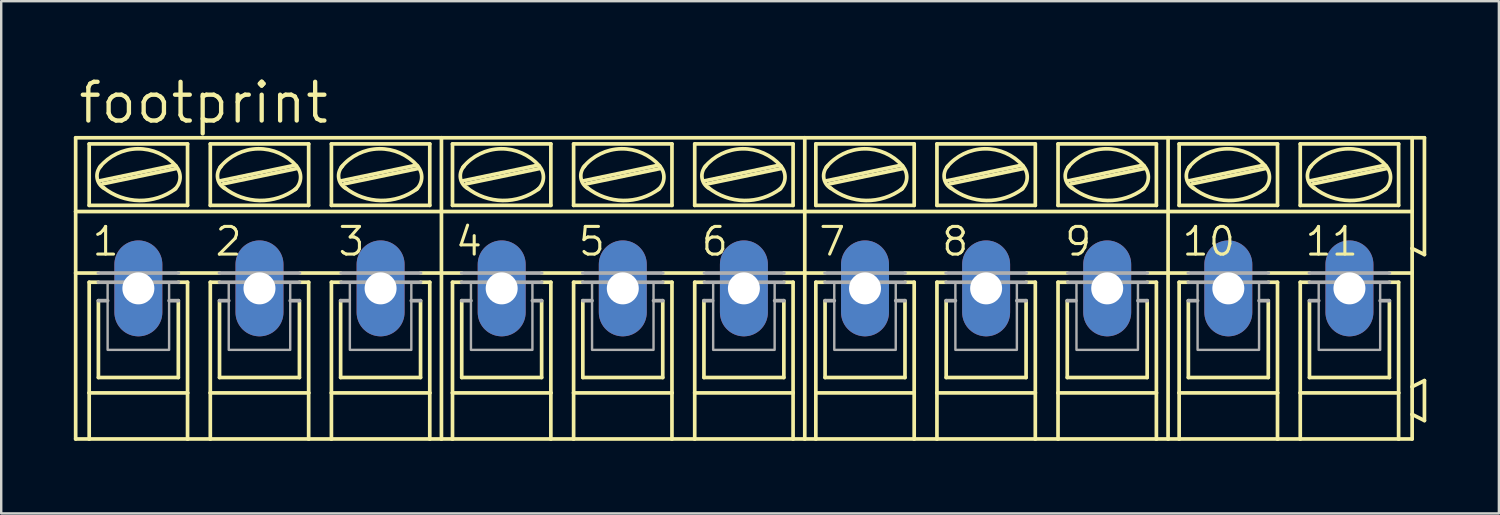
<source format=kicad_pcb>
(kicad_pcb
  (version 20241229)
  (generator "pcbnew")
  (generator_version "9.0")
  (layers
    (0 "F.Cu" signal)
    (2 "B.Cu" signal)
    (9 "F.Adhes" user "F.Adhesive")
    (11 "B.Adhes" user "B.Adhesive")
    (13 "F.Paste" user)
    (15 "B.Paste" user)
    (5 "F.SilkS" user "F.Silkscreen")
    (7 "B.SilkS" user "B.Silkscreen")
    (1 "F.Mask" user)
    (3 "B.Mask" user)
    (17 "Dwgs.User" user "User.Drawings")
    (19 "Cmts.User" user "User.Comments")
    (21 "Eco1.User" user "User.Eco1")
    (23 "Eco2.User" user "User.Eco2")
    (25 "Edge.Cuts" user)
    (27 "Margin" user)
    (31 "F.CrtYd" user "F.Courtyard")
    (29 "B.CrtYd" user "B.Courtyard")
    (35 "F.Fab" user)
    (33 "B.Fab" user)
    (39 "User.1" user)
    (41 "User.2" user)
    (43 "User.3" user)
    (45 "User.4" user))
  (footprint "footprint"
    (layer "F.Cu")
    (at 27.686 8.865)
    (property "Reference" "footprint" (at -27.584 -6.731 0) (layer "F.SilkS") (effects (font (size 1.6 1.6) (thickness 0.178)) (justify left bottom)))
    (fp_line (start -27.61 -3.175) (end -27.61 -6.223) (stroke (width 0.152) (type solid)) (layer "F.SilkS"))
    (fp_line (start -27.61 -3.175) (end -12.497 -3.175) (stroke (width 0.152) (type solid)) (layer "F.SilkS"))
    (fp_line (start -27.61 -0.635) (end -27.61 -3.175) (stroke (width 0.152) (type solid)) (layer "F.SilkS"))
    (fp_line (start -27.61 -0.635) (end -26.67 -0.635) (stroke (width 0.152) (type solid)) (layer "F.SilkS"))
    (fp_line (start -27.61 6.223) (end -27.61 -0.635) (stroke (width 0.152) (type solid)) (layer "F.SilkS"))
    (fp_line (start -27.61 6.223) (end -27.051 6.223) (stroke (width 0.152) (type solid)) (layer "F.SilkS"))
    (fp_line (start -27.051 -3.429) (end -27.051 -5.969) (stroke (width 0.152) (type solid)) (layer "F.SilkS"))
    (fp_line (start -27.051 -0.254) (end -27.051 4.318) (stroke (width 0.152) (type solid)) (layer "F.SilkS"))
    (fp_line (start -27.051 -0.254) (end -26.67 -0.254) (stroke (width 0.152) (type solid)) (layer "F.SilkS"))
    (fp_line (start -27.051 4.318) (end -27.051 6.223) (stroke (width 0.152) (type solid)) (layer "F.SilkS"))
    (fp_line (start -27.051 6.223) (end -22.987 6.223) (stroke (width 0.152) (type solid)) (layer "F.SilkS"))
    (fp_line (start -26.67 3.683) (end -26.67 0.508) (stroke (width 0.152) (type solid)) (layer "F.SilkS"))
    (fp_line (start -26.619 -4.445) (end -23.571 -5.08) (stroke (width 0.152) (type solid)) (layer "F.SilkS"))
    (fp_line (start -26.492 -4.318) (end -23.444 -4.953) (stroke (width 0.152) (type solid)) (layer "F.SilkS"))
    (fp_line (start -23.368 -0.635) (end -21.666 -0.635) (stroke (width 0.152) (type solid)) (layer "F.SilkS"))
    (fp_line (start -23.368 3.683) (end -26.67 3.683) (stroke (width 0.152) (type solid)) (layer "F.SilkS"))
    (fp_line (start -23.368 3.683) (end -23.368 0.508) (stroke (width 0.152) (type solid)) (layer "F.SilkS"))
    (fp_line (start -22.987 -5.969) (end -27.051 -5.969) (stroke (width 0.152) (type solid)) (layer "F.SilkS"))
    (fp_line (start -22.987 -3.429) (end -27.051 -3.429) (stroke (width 0.152) (type solid)) (layer "F.SilkS"))
    (fp_line (start -22.987 -3.429) (end -22.987 -5.969) (stroke (width 0.152) (type solid)) (layer "F.SilkS"))
    (fp_line (start -22.987 -0.254) (end -23.368 -0.254) (stroke (width 0.152) (type solid)) (layer "F.SilkS"))
    (fp_line (start -22.987 4.318) (end -27.051 4.318) (stroke (width 0.152) (type solid)) (layer "F.SilkS"))
    (fp_line (start -22.987 4.318) (end -22.987 -0.254) (stroke (width 0.152) (type solid)) (layer "F.SilkS"))
    (fp_line (start -22.987 6.223) (end -22.987 4.318) (stroke (width 0.152) (type solid)) (layer "F.SilkS"))
    (fp_line (start -22.987 6.223) (end -22.047 6.223) (stroke (width 0.152) (type solid)) (layer "F.SilkS"))
    (fp_line (start -22.047 -5.969) (end -17.983 -5.969) (stroke (width 0.152) (type solid)) (layer "F.SilkS"))
    (fp_line (start -22.047 -3.429) (end -22.047 -5.969) (stroke (width 0.152) (type solid)) (layer "F.SilkS"))
    (fp_line (start -22.047 -0.254) (end -21.666 -0.254) (stroke (width 0.152) (type solid)) (layer "F.SilkS"))
    (fp_line (start -22.047 4.318) (end -22.047 -0.254) (stroke (width 0.152) (type solid)) (layer "F.SilkS"))
    (fp_line (start -22.047 4.318) (end -17.983 4.318) (stroke (width 0.152) (type solid)) (layer "F.SilkS"))
    (fp_line (start -22.047 6.223) (end -22.047 4.318) (stroke (width 0.152) (type solid)) (layer "F.SilkS"))
    (fp_line (start -22.047 6.223) (end -17.983 6.223) (stroke (width 0.152) (type solid)) (layer "F.SilkS"))
    (fp_line (start -21.666 3.683) (end -21.666 0.508) (stroke (width 0.152) (type solid)) (layer "F.SilkS"))
    (fp_line (start -21.641 -4.445) (end -18.593 -5.08) (stroke (width 0.152) (type solid)) (layer "F.SilkS"))
    (fp_line (start -21.514 -4.318) (end -18.466 -4.953) (stroke (width 0.152) (type solid)) (layer "F.SilkS"))
    (fp_line (start -18.364 3.683) (end -21.666 3.683) (stroke (width 0.152) (type solid)) (layer "F.SilkS"))
    (fp_line (start -18.364 3.683) (end -18.364 0.508) (stroke (width 0.152) (type solid)) (layer "F.SilkS"))
    (fp_line (start -18.339 -0.635) (end -16.662 -0.635) (stroke (width 0.152) (type solid)) (layer "F.SilkS"))
    (fp_line (start -17.983 -5.969) (end -17.983 -3.429) (stroke (width 0.152) (type solid)) (layer "F.SilkS"))
    (fp_line (start -17.983 -3.429) (end -22.047 -3.429) (stroke (width 0.152) (type solid)) (layer "F.SilkS"))
    (fp_line (start -17.983 -0.254) (end -18.364 -0.254) (stroke (width 0.152) (type solid)) (layer "F.SilkS"))
    (fp_line (start -17.983 -0.254) (end -17.983 4.318) (stroke (width 0.152) (type solid)) (layer "F.SilkS"))
    (fp_line (start -17.983 4.318) (end -17.983 6.223) (stroke (width 0.152) (type solid)) (layer "F.SilkS"))
    (fp_line (start -17.983 6.223) (end -17.043 6.223) (stroke (width 0.152) (type solid)) (layer "F.SilkS"))
    (fp_line (start -17.043 -5.969) (end -12.979 -5.969) (stroke (width 0.152) (type solid)) (layer "F.SilkS"))
    (fp_line (start -17.043 -3.429) (end -17.043 -5.969) (stroke (width 0.152) (type solid)) (layer "F.SilkS"))
    (fp_line (start -17.043 -0.254) (end -16.637 -0.254) (stroke (width 0.152) (type solid)) (layer "F.SilkS"))
    (fp_line (start -17.043 4.318) (end -17.043 -0.254) (stroke (width 0.152) (type solid)) (layer "F.SilkS"))
    (fp_line (start -17.043 4.318) (end -12.979 4.318) (stroke (width 0.152) (type solid)) (layer "F.SilkS"))
    (fp_line (start -17.043 6.223) (end -17.043 4.318) (stroke (width 0.152) (type solid)) (layer "F.SilkS"))
    (fp_line (start -17.043 6.223) (end -12.979 6.223) (stroke (width 0.152) (type solid)) (layer "F.SilkS"))
    (fp_line (start -16.662 3.683) (end -16.662 0.508) (stroke (width 0.152) (type solid)) (layer "F.SilkS"))
    (fp_line (start -16.637 -4.445) (end -13.589 -5.08) (stroke (width 0.152) (type solid)) (layer "F.SilkS"))
    (fp_line (start -16.51 -4.318) (end -13.462 -4.953) (stroke (width 0.152) (type solid)) (layer "F.SilkS"))
    (fp_line (start -13.36 3.683) (end -16.662 3.683) (stroke (width 0.152) (type solid)) (layer "F.SilkS"))
    (fp_line (start -13.36 3.683) (end -13.36 0.508) (stroke (width 0.152) (type solid)) (layer "F.SilkS"))
    (fp_line (start -12.979 -5.969) (end -12.979 -3.429) (stroke (width 0.152) (type solid)) (layer "F.SilkS"))
    (fp_line (start -12.979 -3.429) (end -17.043 -3.429) (stroke (width 0.152) (type solid)) (layer "F.SilkS"))
    (fp_line (start -12.979 -0.254) (end -13.36 -0.254) (stroke (width 0.152) (type solid)) (layer "F.SilkS"))
    (fp_line (start -12.979 -0.254) (end -12.979 4.318) (stroke (width 0.152) (type solid)) (layer "F.SilkS"))
    (fp_line (start -12.979 4.318) (end -12.979 6.223) (stroke (width 0.152) (type solid)) (layer "F.SilkS"))
    (fp_line (start -12.979 6.223) (end -12.497 6.223) (stroke (width 0.152) (type solid)) (layer "F.SilkS"))
    (fp_line (start -12.497 -6.223) (end -27.61 -6.223) (stroke (width 0.152) (type solid)) (layer "F.SilkS"))
    (fp_line (start -12.497 -3.175) (end -12.497 -6.223) (stroke (width 0.152) (type solid)) (layer "F.SilkS"))
    (fp_line (start -12.497 -3.175) (end 2.515 -3.175) (stroke (width 0.152) (type solid)) (layer "F.SilkS"))
    (fp_line (start -12.497 -0.635) (end -13.36 -0.635) (stroke (width 0.152) (type solid)) (layer "F.SilkS"))
    (fp_line (start -12.497 -0.635) (end -12.497 -3.175) (stroke (width 0.152) (type solid)) (layer "F.SilkS"))
    (fp_line (start -12.497 -0.635) (end -11.659 -0.635) (stroke (width 0.152) (type solid)) (layer "F.SilkS"))
    (fp_line (start -12.497 6.223) (end -12.497 -0.635) (stroke (width 0.152) (type solid)) (layer "F.SilkS"))
    (fp_line (start -12.497 6.223) (end -12.04 6.223) (stroke (width 0.152) (type solid)) (layer "F.SilkS"))
    (fp_line (start -12.04 -3.429) (end -12.04 -5.969) (stroke (width 0.152) (type solid)) (layer "F.SilkS"))
    (fp_line (start -12.04 -0.254) (end -12.04 4.318) (stroke (width 0.152) (type solid)) (layer "F.SilkS"))
    (fp_line (start -12.04 -0.254) (end -11.659 -0.254) (stroke (width 0.152) (type solid)) (layer "F.SilkS"))
    (fp_line (start -12.04 4.318) (end -12.04 6.223) (stroke (width 0.152) (type solid)) (layer "F.SilkS"))
    (fp_line (start -12.04 6.223) (end -7.976 6.223) (stroke (width 0.152) (type solid)) (layer "F.SilkS"))
    (fp_line (start -11.659 3.683) (end -11.659 0.508) (stroke (width 0.152) (type solid)) (layer "F.SilkS"))
    (fp_line (start -11.608 -4.445) (end -8.56 -5.08) (stroke (width 0.152) (type solid)) (layer "F.SilkS"))
    (fp_line (start -11.481 -4.318) (end -8.433 -4.953) (stroke (width 0.152) (type solid)) (layer "F.SilkS"))
    (fp_line (start -8.357 -0.635) (end -6.655 -0.635) (stroke (width 0.152) (type solid)) (layer "F.SilkS"))
    (fp_line (start -8.357 3.683) (end -11.659 3.683) (stroke (width 0.152) (type solid)) (layer "F.SilkS"))
    (fp_line (start -8.357 3.683) (end -8.357 0.508) (stroke (width 0.152) (type solid)) (layer "F.SilkS"))
    (fp_line (start -7.976 -5.969) (end -12.04 -5.969) (stroke (width 0.152) (type solid)) (layer "F.SilkS"))
    (fp_line (start -7.976 -3.429) (end -12.04 -3.429) (stroke (width 0.152) (type solid)) (layer "F.SilkS"))
    (fp_line (start -7.976 -3.429) (end -7.976 -5.969) (stroke (width 0.152) (type solid)) (layer "F.SilkS"))
    (fp_line (start -7.976 -0.254) (end -8.357 -0.254) (stroke (width 0.152) (type solid)) (layer "F.SilkS"))
    (fp_line (start -7.976 4.318) (end -12.04 4.318) (stroke (width 0.152) (type solid)) (layer "F.SilkS"))
    (fp_line (start -7.976 4.318) (end -7.976 -0.254) (stroke (width 0.152) (type solid)) (layer "F.SilkS"))
    (fp_line (start -7.976 6.223) (end -7.976 4.318) (stroke (width 0.152) (type solid)) (layer "F.SilkS"))
    (fp_line (start -7.976 6.223) (end -7.036 6.223) (stroke (width 0.152) (type solid)) (layer "F.SilkS"))
    (fp_line (start -7.036 -5.969) (end -2.972 -5.969) (stroke (width 0.152) (type solid)) (layer "F.SilkS"))
    (fp_line (start -7.036 -3.429) (end -7.036 -5.969) (stroke (width 0.152) (type solid)) (layer "F.SilkS"))
    (fp_line (start -7.036 -0.254) (end -6.655 -0.254) (stroke (width 0.152) (type solid)) (layer "F.SilkS"))
    (fp_line (start -7.036 4.318) (end -7.036 -0.254) (stroke (width 0.152) (type solid)) (layer "F.SilkS"))
    (fp_line (start -7.036 4.318) (end -2.972 4.318) (stroke (width 0.152) (type solid)) (layer "F.SilkS"))
    (fp_line (start -7.036 6.223) (end -7.036 4.318) (stroke (width 0.152) (type solid)) (layer "F.SilkS"))
    (fp_line (start -7.036 6.223) (end -2.972 6.223) (stroke (width 0.152) (type solid)) (layer "F.SilkS"))
    (fp_line (start -6.655 3.683) (end -6.655 0.508) (stroke (width 0.152) (type solid)) (layer "F.SilkS"))
    (fp_line (start -6.629 -4.445) (end -3.581 -5.08) (stroke (width 0.152) (type solid)) (layer "F.SilkS"))
    (fp_line (start -6.502 -4.318) (end -3.454 -4.953) (stroke (width 0.152) (type solid)) (layer "F.SilkS"))
    (fp_line (start -3.353 3.683) (end -6.655 3.683) (stroke (width 0.152) (type solid)) (layer "F.SilkS"))
    (fp_line (start -3.353 3.683) (end -3.353 0.508) (stroke (width 0.152) (type solid)) (layer "F.SilkS"))
    (fp_line (start -3.327 -0.635) (end -1.651 -0.635) (stroke (width 0.152) (type solid)) (layer "F.SilkS"))
    (fp_line (start -2.972 -5.969) (end -2.972 -3.429) (stroke (width 0.152) (type solid)) (layer "F.SilkS"))
    (fp_line (start -2.972 -3.429) (end -7.036 -3.429) (stroke (width 0.152) (type solid)) (layer "F.SilkS"))
    (fp_line (start -2.972 -0.254) (end -3.353 -0.254) (stroke (width 0.152) (type solid)) (layer "F.SilkS"))
    (fp_line (start -2.972 -0.254) (end -2.972 4.318) (stroke (width 0.152) (type solid)) (layer "F.SilkS"))
    (fp_line (start -2.972 4.318) (end -2.972 6.223) (stroke (width 0.152) (type solid)) (layer "F.SilkS"))
    (fp_line (start -2.972 6.223) (end -2.032 6.223) (stroke (width 0.152) (type solid)) (layer "F.SilkS"))
    (fp_line (start -2.032 -5.969) (end 2.032 -5.969) (stroke (width 0.152) (type solid)) (layer "F.SilkS"))
    (fp_line (start -2.032 -3.429) (end -2.032 -5.969) (stroke (width 0.152) (type solid)) (layer "F.SilkS"))
    (fp_line (start -2.032 -0.254) (end -1.626 -0.254) (stroke (width 0.152) (type solid)) (layer "F.SilkS"))
    (fp_line (start -2.032 4.318) (end -2.032 -0.254) (stroke (width 0.152) (type solid)) (layer "F.SilkS"))
    (fp_line (start -2.032 4.318) (end 2.032 4.318) (stroke (width 0.152) (type solid)) (layer "F.SilkS"))
    (fp_line (start -2.032 6.223) (end -2.032 4.318) (stroke (width 0.152) (type solid)) (layer "F.SilkS"))
    (fp_line (start -2.032 6.223) (end 2.032 6.223) (stroke (width 0.152) (type solid)) (layer "F.SilkS"))
    (fp_line (start -1.651 3.683) (end -1.651 0.508) (stroke (width 0.152) (type solid)) (layer "F.SilkS"))
    (fp_line (start -1.626 -4.445) (end 1.422 -5.08) (stroke (width 0.152) (type solid)) (layer "F.SilkS"))
    (fp_line (start -1.499 -4.318) (end 1.549 -4.953) (stroke (width 0.152) (type solid)) (layer "F.SilkS"))
    (fp_line (start 1.651 3.683) (end -1.651 3.683) (stroke (width 0.152) (type solid)) (layer "F.SilkS"))
    (fp_line (start 1.651 3.683) (end 1.651 0.508) (stroke (width 0.152) (type solid)) (layer "F.SilkS"))
    (fp_line (start 2.032 -5.969) (end 2.032 -3.429) (stroke (width 0.152) (type solid)) (layer "F.SilkS"))
    (fp_line (start 2.032 -3.429) (end -2.032 -3.429) (stroke (width 0.152) (type solid)) (layer "F.SilkS"))
    (fp_line (start 2.032 -0.254) (end 1.651 -0.254) (stroke (width 0.152) (type solid)) (layer "F.SilkS"))
    (fp_line (start 2.032 -0.254) (end 2.032 4.318) (stroke (width 0.152) (type solid)) (layer "F.SilkS"))
    (fp_line (start 2.032 4.318) (end 2.032 6.223) (stroke (width 0.152) (type solid)) (layer "F.SilkS"))
    (fp_line (start 2.032 6.223) (end 2.515 6.223) (stroke (width 0.152) (type solid)) (layer "F.SilkS"))
    (fp_line (start 2.515 -6.223) (end -12.497 -6.223) (stroke (width 0.152) (type solid)) (layer "F.SilkS"))
    (fp_line (start 2.515 -3.175) (end 2.515 -6.223) (stroke (width 0.152) (type solid)) (layer "F.SilkS"))
    (fp_line (start 2.515 -3.175) (end 17.526 -3.175) (stroke (width 0.152) (type solid)) (layer "F.SilkS"))
    (fp_line (start 2.515 -0.635) (end 1.651 -0.635) (stroke (width 0.152) (type solid)) (layer "F.SilkS"))
    (fp_line (start 2.515 -0.635) (end 2.515 -3.175) (stroke (width 0.152) (type solid)) (layer "F.SilkS"))
    (fp_line (start 2.515 -0.635) (end 3.353 -0.635) (stroke (width 0.152) (type solid)) (layer "F.SilkS"))
    (fp_line (start 2.515 6.223) (end 2.515 -0.635) (stroke (width 0.152) (type solid)) (layer "F.SilkS"))
    (fp_line (start 2.515 6.223) (end 2.972 6.223) (stroke (width 0.152) (type solid)) (layer "F.SilkS"))
    (fp_line (start 2.972 -3.429) (end 2.972 -5.969) (stroke (width 0.152) (type solid)) (layer "F.SilkS"))
    (fp_line (start 2.972 -0.254) (end 2.972 4.318) (stroke (width 0.152) (type solid)) (layer "F.SilkS"))
    (fp_line (start 2.972 -0.254) (end 3.353 -0.254) (stroke (width 0.152) (type solid)) (layer "F.SilkS"))
    (fp_line (start 2.972 4.318) (end 2.972 6.223) (stroke (width 0.152) (type solid)) (layer "F.SilkS"))
    (fp_line (start 2.972 6.223) (end 7.036 6.223) (stroke (width 0.152) (type solid)) (layer "F.SilkS"))
    (fp_line (start 3.353 3.683) (end 3.353 0.508) (stroke (width 0.152) (type solid)) (layer "F.SilkS"))
    (fp_line (start 3.404 -4.445) (end 6.452 -5.08) (stroke (width 0.152) (type solid)) (layer "F.SilkS"))
    (fp_line (start 3.531 -4.318) (end 6.579 -4.953) (stroke (width 0.152) (type solid)) (layer "F.SilkS"))
    (fp_line (start 6.655 -0.635) (end 8.357 -0.635) (stroke (width 0.152) (type solid)) (layer "F.SilkS"))
    (fp_line (start 6.655 3.683) (end 3.353 3.683) (stroke (width 0.152) (type solid)) (layer "F.SilkS"))
    (fp_line (start 6.655 3.683) (end 6.655 0.508) (stroke (width 0.152) (type solid)) (layer "F.SilkS"))
    (fp_line (start 7.036 -5.969) (end 2.972 -5.969) (stroke (width 0.152) (type solid)) (layer "F.SilkS"))
    (fp_line (start 7.036 -3.429) (end 2.972 -3.429) (stroke (width 0.152) (type solid)) (layer "F.SilkS"))
    (fp_line (start 7.036 -3.429) (end 7.036 -5.969) (stroke (width 0.152) (type solid)) (layer "F.SilkS"))
    (fp_line (start 7.036 -0.254) (end 6.655 -0.254) (stroke (width 0.152) (type solid)) (layer "F.SilkS"))
    (fp_line (start 7.036 4.318) (end 2.972 4.318) (stroke (width 0.152) (type solid)) (layer "F.SilkS"))
    (fp_line (start 7.036 4.318) (end 7.036 -0.254) (stroke (width 0.152) (type solid)) (layer "F.SilkS"))
    (fp_line (start 7.036 6.223) (end 7.036 4.318) (stroke (width 0.152) (type solid)) (layer "F.SilkS"))
    (fp_line (start 7.036 6.223) (end 7.976 6.223) (stroke (width 0.152) (type solid)) (layer "F.SilkS"))
    (fp_line (start 7.976 -5.969) (end 12.04 -5.969) (stroke (width 0.152) (type solid)) (layer "F.SilkS"))
    (fp_line (start 7.976 -3.429) (end 7.976 -5.969) (stroke (width 0.152) (type solid)) (layer "F.SilkS"))
    (fp_line (start 7.976 -0.254) (end 8.357 -0.254) (stroke (width 0.152) (type solid)) (layer "F.SilkS"))
    (fp_line (start 7.976 4.318) (end 7.976 -0.254) (stroke (width 0.152) (type solid)) (layer "F.SilkS"))
    (fp_line (start 7.976 4.318) (end 12.04 4.318) (stroke (width 0.152) (type solid)) (layer "F.SilkS"))
    (fp_line (start 7.976 6.223) (end 7.976 4.318) (stroke (width 0.152) (type solid)) (layer "F.SilkS"))
    (fp_line (start 7.976 6.223) (end 12.04 6.223) (stroke (width 0.152) (type solid)) (layer "F.SilkS"))
    (fp_line (start 8.357 3.683) (end 8.357 0.508) (stroke (width 0.152) (type solid)) (layer "F.SilkS"))
    (fp_line (start 8.382 -4.445) (end 11.43 -5.08) (stroke (width 0.152) (type solid)) (layer "F.SilkS"))
    (fp_line (start 8.509 -4.318) (end 11.557 -4.953) (stroke (width 0.152) (type solid)) (layer "F.SilkS"))
    (fp_line (start 11.659 3.683) (end 8.357 3.683) (stroke (width 0.152) (type solid)) (layer "F.SilkS"))
    (fp_line (start 11.659 3.683) (end 11.659 0.508) (stroke (width 0.152) (type solid)) (layer "F.SilkS"))
    (fp_line (start 11.684 -0.635) (end 13.36 -0.635) (stroke (width 0.152) (type solid)) (layer "F.SilkS"))
    (fp_line (start 12.04 -5.969) (end 12.04 -3.429) (stroke (width 0.152) (type solid)) (layer "F.SilkS"))
    (fp_line (start 12.04 -3.429) (end 7.976 -3.429) (stroke (width 0.152) (type solid)) (layer "F.SilkS"))
    (fp_line (start 12.04 -0.254) (end 11.659 -0.254) (stroke (width 0.152) (type solid)) (layer "F.SilkS"))
    (fp_line (start 12.04 -0.254) (end 12.04 4.318) (stroke (width 0.152) (type solid)) (layer "F.SilkS"))
    (fp_line (start 12.04 4.318) (end 12.04 6.223) (stroke (width 0.152) (type solid)) (layer "F.SilkS"))
    (fp_line (start 12.04 6.223) (end 12.979 6.223) (stroke (width 0.152) (type solid)) (layer "F.SilkS"))
    (fp_line (start 12.979 -5.969) (end 17.043 -5.969) (stroke (width 0.152) (type solid)) (layer "F.SilkS"))
    (fp_line (start 12.979 -3.429) (end 12.979 -5.969) (stroke (width 0.152) (type solid)) (layer "F.SilkS"))
    (fp_line (start 12.979 -0.254) (end 13.386 -0.254) (stroke (width 0.152) (type solid)) (layer "F.SilkS"))
    (fp_line (start 12.979 4.318) (end 12.979 -0.254) (stroke (width 0.152) (type solid)) (layer "F.SilkS"))
    (fp_line (start 12.979 4.318) (end 17.043 4.318) (stroke (width 0.152) (type solid)) (layer "F.SilkS"))
    (fp_line (start 12.979 6.223) (end 12.979 4.318) (stroke (width 0.152) (type solid)) (layer "F.SilkS"))
    (fp_line (start 12.979 6.223) (end 17.043 6.223) (stroke (width 0.152) (type solid)) (layer "F.SilkS"))
    (fp_line (start 13.36 3.683) (end 13.36 0.508) (stroke (width 0.152) (type solid)) (layer "F.SilkS"))
    (fp_line (start 13.386 -4.445) (end 16.434 -5.08) (stroke (width 0.152) (type solid)) (layer "F.SilkS"))
    (fp_line (start 13.513 -4.318) (end 16.561 -4.953) (stroke (width 0.152) (type solid)) (layer "F.SilkS"))
    (fp_line (start 16.662 3.683) (end 13.36 3.683) (stroke (width 0.152) (type solid)) (layer "F.SilkS"))
    (fp_line (start 16.662 3.683) (end 16.662 0.508) (stroke (width 0.152) (type solid)) (layer "F.SilkS"))
    (fp_line (start 17.043 -5.969) (end 17.043 -3.429) (stroke (width 0.152) (type solid)) (layer "F.SilkS"))
    (fp_line (start 17.043 -3.429) (end 12.979 -3.429) (stroke (width 0.152) (type solid)) (layer "F.SilkS"))
    (fp_line (start 17.043 -0.254) (end 16.662 -0.254) (stroke (width 0.152) (type solid)) (layer "F.SilkS"))
    (fp_line (start 17.043 -0.254) (end 17.043 4.318) (stroke (width 0.152) (type solid)) (layer "F.SilkS"))
    (fp_line (start 17.043 4.318) (end 17.043 6.223) (stroke (width 0.152) (type solid)) (layer "F.SilkS"))
    (fp_line (start 17.043 6.223) (end 17.526 6.223) (stroke (width 0.152) (type solid)) (layer "F.SilkS"))
    (fp_line (start 17.526 -6.223) (end 2.515 -6.223) (stroke (width 0.152) (type solid)) (layer "F.SilkS"))
    (fp_line (start 17.526 -3.175) (end 17.526 -6.223) (stroke (width 0.152) (type solid)) (layer "F.SilkS"))
    (fp_line (start 17.526 -3.175) (end 27.61 -3.175) (stroke (width 0.152) (type solid)) (layer "F.SilkS"))
    (fp_line (start 17.526 -0.635) (end 16.662 -0.635) (stroke (width 0.152) (type solid)) (layer "F.SilkS"))
    (fp_line (start 17.526 -0.635) (end 17.526 -3.175) (stroke (width 0.152) (type solid)) (layer "F.SilkS"))
    (fp_line (start 17.526 -0.635) (end 18.364 -0.635) (stroke (width 0.152) (type solid)) (layer "F.SilkS"))
    (fp_line (start 17.526 6.223) (end 17.526 -0.635) (stroke (width 0.152) (type solid)) (layer "F.SilkS"))
    (fp_line (start 17.526 6.223) (end 17.983 6.223) (stroke (width 0.152) (type solid)) (layer "F.SilkS"))
    (fp_line (start 17.983 -3.429) (end 17.983 -5.969) (stroke (width 0.152) (type solid)) (layer "F.SilkS"))
    (fp_line (start 17.983 -0.254) (end 17.983 4.318) (stroke (width 0.152) (type solid)) (layer "F.SilkS"))
    (fp_line (start 17.983 -0.254) (end 18.364 -0.254) (stroke (width 0.152) (type solid)) (layer "F.SilkS"))
    (fp_line (start 17.983 4.318) (end 17.983 6.223) (stroke (width 0.152) (type solid)) (layer "F.SilkS"))
    (fp_line (start 17.983 6.223) (end 22.047 6.223) (stroke (width 0.152) (type solid)) (layer "F.SilkS"))
    (fp_line (start 18.364 3.683) (end 18.364 0.508) (stroke (width 0.152) (type solid)) (layer "F.SilkS"))
    (fp_line (start 18.39 -4.445) (end 21.438 -5.08) (stroke (width 0.152) (type solid)) (layer "F.SilkS"))
    (fp_line (start 18.517 -4.318) (end 21.565 -4.953) (stroke (width 0.152) (type solid)) (layer "F.SilkS"))
    (fp_line (start 21.666 -0.635) (end 23.368 -0.635) (stroke (width 0.152) (type solid)) (layer "F.SilkS"))
    (fp_line (start 21.666 3.683) (end 18.364 3.683) (stroke (width 0.152) (type solid)) (layer "F.SilkS"))
    (fp_line (start 21.666 3.683) (end 21.666 0.508) (stroke (width 0.152) (type solid)) (layer "F.SilkS"))
    (fp_line (start 22.047 -5.969) (end 17.983 -5.969) (stroke (width 0.152) (type solid)) (layer "F.SilkS"))
    (fp_line (start 22.047 -3.429) (end 17.983 -3.429) (stroke (width 0.152) (type solid)) (layer "F.SilkS"))
    (fp_line (start 22.047 -3.429) (end 22.047 -5.969) (stroke (width 0.152) (type solid)) (layer "F.SilkS"))
    (fp_line (start 22.047 -0.254) (end 21.666 -0.254) (stroke (width 0.152) (type solid)) (layer "F.SilkS"))
    (fp_line (start 22.047 4.318) (end 17.983 4.318) (stroke (width 0.152) (type solid)) (layer "F.SilkS"))
    (fp_line (start 22.047 4.318) (end 22.047 -0.254) (stroke (width 0.152) (type solid)) (layer "F.SilkS"))
    (fp_line (start 22.047 6.223) (end 22.047 4.318) (stroke (width 0.152) (type solid)) (layer "F.SilkS"))
    (fp_line (start 22.047 6.223) (end 22.987 6.223) (stroke (width 0.152) (type solid)) (layer "F.SilkS"))
    (fp_line (start 22.987 -5.969) (end 27.051 -5.969) (stroke (width 0.152) (type solid)) (layer "F.SilkS"))
    (fp_line (start 22.987 -3.429) (end 22.987 -5.969) (stroke (width 0.152) (type solid)) (layer "F.SilkS"))
    (fp_line (start 22.987 -0.254) (end 23.368 -0.254) (stroke (width 0.152) (type solid)) (layer "F.SilkS"))
    (fp_line (start 22.987 4.318) (end 22.987 -0.254) (stroke (width 0.152) (type solid)) (layer "F.SilkS"))
    (fp_line (start 22.987 4.318) (end 27.051 4.318) (stroke (width 0.152) (type solid)) (layer "F.SilkS"))
    (fp_line (start 22.987 6.223) (end 22.987 4.318) (stroke (width 0.152) (type solid)) (layer "F.SilkS"))
    (fp_line (start 22.987 6.223) (end 27.051 6.223) (stroke (width 0.152) (type solid)) (layer "F.SilkS"))
    (fp_line (start 23.368 3.683) (end 23.368 0.508) (stroke (width 0.152) (type solid)) (layer "F.SilkS"))
    (fp_line (start 23.393 -4.445) (end 26.441 -5.08) (stroke (width 0.152) (type solid)) (layer "F.SilkS"))
    (fp_line (start 23.52 -4.318) (end 26.568 -4.953) (stroke (width 0.152) (type solid)) (layer "F.SilkS"))
    (fp_line (start 26.67 3.683) (end 23.368 3.683) (stroke (width 0.152) (type solid)) (layer "F.SilkS"))
    (fp_line (start 26.67 3.683) (end 26.67 0.508) (stroke (width 0.152) (type solid)) (layer "F.SilkS"))
    (fp_line (start 27.051 -5.969) (end 27.051 -3.429) (stroke (width 0.152) (type solid)) (layer "F.SilkS"))
    (fp_line (start 27.051 -3.429) (end 22.987 -3.429) (stroke (width 0.152) (type solid)) (layer "F.SilkS"))
    (fp_line (start 27.051 -0.254) (end 26.67 -0.254) (stroke (width 0.152) (type solid)) (layer "F.SilkS"))
    (fp_line (start 27.051 -0.254) (end 27.051 4.318) (stroke (width 0.152) (type solid)) (layer "F.SilkS"))
    (fp_line (start 27.051 4.318) (end 27.051 6.223) (stroke (width 0.152) (type solid)) (layer "F.SilkS"))
    (fp_line (start 27.051 6.223) (end 27.61 6.223) (stroke (width 0.152) (type solid)) (layer "F.SilkS"))
    (fp_line (start 27.61 -6.223) (end 17.526 -6.223) (stroke (width 0.152) (type solid)) (layer "F.SilkS"))
    (fp_line (start 27.61 -6.223) (end 27.61 -3.175) (stroke (width 0.152) (type solid)) (layer "F.SilkS"))
    (fp_line (start 27.61 -6.223) (end 28.118 -6.223) (stroke (width 0.152) (type solid)) (layer "F.SilkS"))
    (fp_line (start 27.61 -3.175) (end 27.61 -1.651) (stroke (width 0.152) (type solid)) (layer "F.SilkS"))
    (fp_line (start 27.61 -1.651) (end 27.61 -0.635) (stroke (width 0.152) (type solid)) (layer "F.SilkS"))
    (fp_line (start 27.61 -0.635) (end 26.67 -0.635) (stroke (width 0.152) (type solid)) (layer "F.SilkS"))
    (fp_line (start 27.61 -0.635) (end 27.61 4.064) (stroke (width 0.152) (type solid)) (layer "F.SilkS"))
    (fp_line (start 27.61 4.064) (end 27.61 5.207) (stroke (width 0.152) (type solid)) (layer "F.SilkS"))
    (fp_line (start 27.61 5.207) (end 27.61 6.223) (stroke (width 0.152) (type solid)) (layer "F.SilkS"))
    (fp_line (start 28.118 -6.223) (end 28.118 -1.397) (stroke (width 0.152) (type solid)) (layer "F.SilkS"))
    (fp_line (start 28.118 -1.397) (end 27.61 -1.651) (stroke (width 0.152) (type solid)) (layer "F.SilkS"))
    (fp_line (start 28.118 3.81) (end 27.61 4.064) (stroke (width 0.152) (type solid)) (layer "F.SilkS"))
    (fp_line (start 28.118 3.81) (end 28.118 5.461) (stroke (width 0.152) (type solid)) (layer "F.SilkS"))
    (fp_line (start 28.118 5.461) (end 27.61 5.207) (stroke (width 0.152) (type solid)) (layer "F.SilkS"))
    (fp_arc (start -26.6192 -5.0038) (mid -25.054826 -5.76695) (end -23.464799 -5.058801) (stroke (width 0.1524) (type solid)) (layer "F.SilkS"))
    (fp_arc (start -26.424701 -4.129699) (mid -26.722625 -4.557025) (end -26.5684 -5.0546) (stroke (width 0.1524) (type solid)) (layer "F.SilkS"))
    (fp_arc (start -23.479001 -4.118799) (mid -24.980904 -3.631242) (end -26.4668 -4.1656) (stroke (width 0.1524) (type solid)) (layer "F.SilkS"))
    (fp_arc (start -23.469699 -5.054499) (mid -23.295339 -4.558083) (end -23.5254 -4.0849) (stroke (width 0.1524) (type solid)) (layer "F.SilkS"))
    (fp_arc (start -21.6408 -5.0038) (mid -20.076426 -5.76695) (end -18.486399 -5.058801) (stroke (width 0.1524) (type solid)) (layer "F.SilkS"))
    (fp_arc (start -21.446301 -4.129699) (mid -21.744225 -4.557025) (end -21.59 -5.0546) (stroke (width 0.1524) (type solid)) (layer "F.SilkS"))
    (fp_arc (start -18.500601 -4.118799) (mid -20.002504 -3.631242) (end -21.4884 -4.1656) (stroke (width 0.1524) (type solid)) (layer "F.SilkS"))
    (fp_arc (start -18.491299 -5.054499) (mid -18.316939 -4.558083) (end -18.547 -4.0849) (stroke (width 0.1524) (type solid)) (layer "F.SilkS"))
    (fp_arc (start -16.637 -5.0038) (mid -15.072626 -5.76695) (end -13.482599 -5.058801) (stroke (width 0.1524) (type solid)) (layer "F.SilkS"))
    (fp_arc (start -16.442501 -4.129699) (mid -16.740425 -4.557025) (end -16.5862 -5.0546) (stroke (width 0.1524) (type solid)) (layer "F.SilkS"))
    (fp_arc (start -13.496801 -4.118799) (mid -14.998704 -3.631242) (end -16.4846 -4.1656) (stroke (width 0.1524) (type solid)) (layer "F.SilkS"))
    (fp_arc (start -13.487499 -5.054499) (mid -13.313139 -4.558083) (end -13.5432 -4.0849) (stroke (width 0.1524) (type solid)) (layer "F.SilkS"))
    (fp_arc (start -11.6078 -5.0038) (mid -10.043426 -5.76695) (end -8.453399 -5.058801) (stroke (width 0.1524) (type solid)) (layer "F.SilkS"))
    (fp_arc (start -11.413301 -4.129699) (mid -11.711225 -4.557025) (end -11.557 -5.0546) (stroke (width 0.1524) (type solid)) (layer "F.SilkS"))
    (fp_arc (start -8.467601 -4.118799) (mid -9.969504 -3.631242) (end -11.4554 -4.1656) (stroke (width 0.1524) (type solid)) (layer "F.SilkS"))
    (fp_arc (start -8.458299 -5.054499) (mid -8.283939 -4.558083) (end -8.514 -4.0849) (stroke (width 0.1524) (type solid)) (layer "F.SilkS"))
    (fp_arc (start -6.6294 -5.0038) (mid -5.065026 -5.76695) (end -3.474999 -5.058801) (stroke (width 0.1524) (type solid)) (layer "F.SilkS"))
    (fp_arc (start -6.434901 -4.129699) (mid -6.732825 -4.557025) (end -6.5786 -5.0546) (stroke (width 0.1524) (type solid)) (layer "F.SilkS"))
    (fp_arc (start -3.489201 -4.118799) (mid -4.991104 -3.631242) (end -6.477 -4.1656) (stroke (width 0.1524) (type solid)) (layer "F.SilkS"))
    (fp_arc (start -3.479899 -5.054499) (mid -3.305539 -4.558083) (end -3.5356 -4.0849) (stroke (width 0.1524) (type solid)) (layer "F.SilkS"))
    (fp_arc (start -1.6256 -5.0038) (mid -0.061226 -5.76695) (end 1.528801 -5.058801) (stroke (width 0.1524) (type solid)) (layer "F.SilkS"))
    (fp_arc (start -1.431101 -4.129699) (mid -1.729025 -4.557025) (end -1.5748 -5.0546) (stroke (width 0.1524) (type solid)) (layer "F.SilkS"))
    (fp_arc (start 1.5146 -4.118901) (mid 0.012714 -3.631283) (end -1.4732 -4.1656) (stroke (width 0.1524) (type solid)) (layer "F.SilkS"))
    (fp_arc (start 1.5239 -5.0545) (mid 1.69826 -4.558084) (end 1.4682 -4.0849) (stroke (width 0.1524) (type solid)) (layer "F.SilkS"))
    (fp_arc (start 3.4036 -5.0038) (mid 4.96792 -5.766807) (end 6.5578 -5.058598) (stroke (width 0.1524) (type solid)) (layer "F.SilkS"))
    (fp_arc (start 3.598098 -4.1297) (mid 3.300175 -4.557026) (end 3.4544 -5.0546) (stroke (width 0.1524) (type solid)) (layer "F.SilkS"))
    (fp_arc (start 6.5438 -4.118901) (mid 5.041914 -3.631283) (end 3.556 -4.1656) (stroke (width 0.1524) (type solid)) (layer "F.SilkS"))
    (fp_arc (start 6.5531 -5.0545) (mid 6.72746 -4.558084) (end 6.4974 -4.0849) (stroke (width 0.1524) (type solid)) (layer "F.SilkS"))
    (fp_arc (start 8.382 -5.0038) (mid 9.94632 -5.766807) (end 11.5362 -5.058598) (stroke (width 0.1524) (type solid)) (layer "F.SilkS"))
    (fp_arc (start 8.576498 -4.1297) (mid 8.278575 -4.557026) (end 8.4328 -5.0546) (stroke (width 0.1524) (type solid)) (layer "F.SilkS"))
    (fp_arc (start 11.5222 -4.118901) (mid 10.020314 -3.631283) (end 8.5344 -4.1656) (stroke (width 0.1524) (type solid)) (layer "F.SilkS"))
    (fp_arc (start 11.5315 -5.0545) (mid 11.70586 -4.558084) (end 11.4758 -4.0849) (stroke (width 0.1524) (type solid)) (layer "F.SilkS"))
    (fp_arc (start 13.3858 -5.0038) (mid 14.95012 -5.766807) (end 16.54 -5.058598) (stroke (width 0.1524) (type solid)) (layer "F.SilkS"))
    (fp_arc (start 13.580298 -4.1297) (mid 13.282375 -4.557026) (end 13.4366 -5.0546) (stroke (width 0.1524) (type solid)) (layer "F.SilkS"))
    (fp_arc (start 16.526 -4.118901) (mid 15.024114 -3.631283) (end 13.5382 -4.1656) (stroke (width 0.1524) (type solid)) (layer "F.SilkS"))
    (fp_arc (start 16.5353 -5.0545) (mid 16.70966 -4.558084) (end 16.4796 -4.0849) (stroke (width 0.1524) (type solid)) (layer "F.SilkS"))
    (fp_arc (start 18.3896 -5.0038) (mid 19.95392 -5.766807) (end 21.5438 -5.058598) (stroke (width 0.1524) (type solid)) (layer "F.SilkS"))
    (fp_arc (start 18.584098 -4.1297) (mid 18.286175 -4.557026) (end 18.4404 -5.0546) (stroke (width 0.1524) (type solid)) (layer "F.SilkS"))
    (fp_arc (start 21.5298 -4.118901) (mid 20.027914 -3.631283) (end 18.542 -4.1656) (stroke (width 0.1524) (type solid)) (layer "F.SilkS"))
    (fp_arc (start 21.5391 -5.0545) (mid 21.71346 -4.558084) (end 21.4834 -4.0849) (stroke (width 0.1524) (type solid)) (layer "F.SilkS"))
    (fp_arc (start 23.3934 -5.0038) (mid 24.95772 -5.766807) (end 26.5476 -5.058598) (stroke (width 0.1524) (type solid)) (layer "F.SilkS"))
    (fp_arc (start 23.587898 -4.1297) (mid 23.289975 -4.557026) (end 23.4442 -5.0546) (stroke (width 0.1524) (type solid)) (layer "F.SilkS"))
    (fp_arc (start 26.5336 -4.118901) (mid 25.031714 -3.631283) (end 23.5458 -4.1656) (stroke (width 0.1524) (type solid)) (layer "F.SilkS"))
    (fp_arc (start 26.5429 -5.0545) (mid 26.71726 -4.558084) (end 26.4872 -4.0849) (stroke (width 0.1524) (type solid)) (layer "F.SilkS"))
    (fp_line (start -26.67 -0.635) (end -23.368 -0.635) (stroke (width 0.152) (type solid)) (layer "F.Fab"))
    (fp_line (start -26.67 0.508) (end -26.289 0.508) (stroke (width 0.152) (type solid)) (layer "F.Fab"))
    (fp_line (start -23.368 -0.254) (end -26.67 -0.254) (stroke (width 0.152) (type solid)) (layer "F.Fab"))
    (fp_line (start -23.368 0.508) (end -23.749 0.508) (stroke (width 0.152) (type solid)) (layer "F.Fab"))
    (fp_line (start -21.666 -0.254) (end -18.364 -0.254) (stroke (width 0.152) (type solid)) (layer "F.Fab"))
    (fp_line (start -21.666 0.508) (end -21.285 0.508) (stroke (width 0.152) (type solid)) (layer "F.Fab"))
    (fp_line (start -18.364 -0.635) (end -21.666 -0.635) (stroke (width 0.152) (type solid)) (layer "F.Fab"))
    (fp_line (start -18.364 0.508) (end -18.745 0.508) (stroke (width 0.152) (type solid)) (layer "F.Fab"))
    (fp_line (start -16.662 0.508) (end -16.307 0.508) (stroke (width 0.152) (type solid)) (layer "F.Fab"))
    (fp_line (start -16.637 -0.254) (end -13.36 -0.254) (stroke (width 0.152) (type solid)) (layer "F.Fab"))
    (fp_line (start -13.36 -0.635) (end -16.637 -0.635) (stroke (width 0.152) (type solid)) (layer "F.Fab"))
    (fp_line (start -13.36 0.508) (end -13.741 0.508) (stroke (width 0.152) (type solid)) (layer "F.Fab"))
    (fp_line (start -11.659 -0.635) (end -8.357 -0.635) (stroke (width 0.152) (type solid)) (layer "F.Fab"))
    (fp_line (start -11.659 0.508) (end -11.278 0.508) (stroke (width 0.152) (type solid)) (layer "F.Fab"))
    (fp_line (start -8.357 -0.254) (end -11.659 -0.254) (stroke (width 0.152) (type solid)) (layer "F.Fab"))
    (fp_line (start -8.357 0.508) (end -8.738 0.508) (stroke (width 0.152) (type solid)) (layer "F.Fab"))
    (fp_line (start -6.655 -0.254) (end -3.353 -0.254) (stroke (width 0.152) (type solid)) (layer "F.Fab"))
    (fp_line (start -6.655 0.508) (end -6.274 0.508) (stroke (width 0.152) (type solid)) (layer "F.Fab"))
    (fp_line (start -3.353 -0.635) (end -6.655 -0.635) (stroke (width 0.152) (type solid)) (layer "F.Fab"))
    (fp_line (start -3.353 0.508) (end -3.734 0.508) (stroke (width 0.152) (type solid)) (layer "F.Fab"))
    (fp_line (start -1.651 0.508) (end -1.295 0.508) (stroke (width 0.152) (type solid)) (layer "F.Fab"))
    (fp_line (start -1.626 -0.254) (end 1.651 -0.254) (stroke (width 0.152) (type solid)) (layer "F.Fab"))
    (fp_line (start 1.651 -0.635) (end -1.626 -0.635) (stroke (width 0.152) (type solid)) (layer "F.Fab"))
    (fp_line (start 1.651 0.508) (end 1.27 0.508) (stroke (width 0.152) (type solid)) (layer "F.Fab"))
    (fp_line (start 3.353 -0.635) (end 6.655 -0.635) (stroke (width 0.152) (type solid)) (layer "F.Fab"))
    (fp_line (start 3.353 0.508) (end 3.734 0.508) (stroke (width 0.152) (type solid)) (layer "F.Fab"))
    (fp_line (start 6.655 -0.254) (end 3.353 -0.254) (stroke (width 0.152) (type solid)) (layer "F.Fab"))
    (fp_line (start 6.655 0.508) (end 6.274 0.508) (stroke (width 0.152) (type solid)) (layer "F.Fab"))
    (fp_line (start 8.357 -0.254) (end 11.659 -0.254) (stroke (width 0.152) (type solid)) (layer "F.Fab"))
    (fp_line (start 8.357 0.508) (end 8.738 0.508) (stroke (width 0.152) (type solid)) (layer "F.Fab"))
    (fp_line (start 11.659 -0.635) (end 8.357 -0.635) (stroke (width 0.152) (type solid)) (layer "F.Fab"))
    (fp_line (start 11.659 0.508) (end 11.278 0.508) (stroke (width 0.152) (type solid)) (layer "F.Fab"))
    (fp_line (start 13.36 0.508) (end 13.716 0.508) (stroke (width 0.152) (type solid)) (layer "F.Fab"))
    (fp_line (start 13.386 -0.254) (end 16.662 -0.254) (stroke (width 0.152) (type solid)) (layer "F.Fab"))
    (fp_line (start 16.662 -0.635) (end 13.386 -0.635) (stroke (width 0.152) (type solid)) (layer "F.Fab"))
    (fp_line (start 16.662 0.508) (end 16.281 0.508) (stroke (width 0.152) (type solid)) (layer "F.Fab"))
    (fp_line (start 18.364 -0.635) (end 21.666 -0.635) (stroke (width 0.152) (type solid)) (layer "F.Fab"))
    (fp_line (start 18.364 0.508) (end 18.745 0.508) (stroke (width 0.152) (type solid)) (layer "F.Fab"))
    (fp_line (start 21.666 -0.254) (end 18.364 -0.254) (stroke (width 0.152) (type solid)) (layer "F.Fab"))
    (fp_line (start 21.666 0.508) (end 21.285 0.508) (stroke (width 0.152) (type solid)) (layer "F.Fab"))
    (fp_line (start 23.368 -0.254) (end 26.67 -0.254) (stroke (width 0.152) (type solid)) (layer "F.Fab"))
    (fp_line (start 23.368 0.508) (end 23.749 0.508) (stroke (width 0.152) (type solid)) (layer "F.Fab"))
    (fp_line (start 26.67 -0.635) (end 23.368 -0.635) (stroke (width 0.152) (type solid)) (layer "F.Fab"))
    (fp_line (start 26.67 0.508) (end 26.289 0.508) (stroke (width 0.152) (type solid)) (layer "F.Fab"))
    (fp_poly (pts (xy -26.289 2.54) (xy -23.749 2.54) (xy -23.749 -0.254) (xy -26.289 -0.254)) (stroke (width 0.1) (type solid)) (fill no) (layer "F.Fab"))
    (fp_poly (pts (xy -21.285 2.54) (xy -18.745 2.54) (xy -18.745 -0.254) (xy -21.285 -0.254)) (stroke (width 0.1) (type solid)) (fill no) (layer "F.Fab"))
    (fp_poly (pts (xy -16.281 2.54) (xy -13.741 2.54) (xy -13.741 -0.254) (xy -16.281 -0.254)) (stroke (width 0.1) (type solid)) (fill no) (layer "F.Fab"))
    (fp_poly (pts (xy -11.278 2.54) (xy -8.738 2.54) (xy -8.738 -0.254) (xy -11.278 -0.254)) (stroke (width 0.1) (type solid)) (fill no) (layer "F.Fab"))
    (fp_poly (pts (xy -6.274 2.54) (xy -3.734 2.54) (xy -3.734 -0.254) (xy -6.274 -0.254)) (stroke (width 0.1) (type solid)) (fill no) (layer "F.Fab"))
    (fp_poly (pts (xy -1.27 2.54) (xy 1.27 2.54) (xy 1.27 -0.254) (xy -1.27 -0.254)) (stroke (width 0.1) (type solid)) (fill no) (layer "F.Fab"))
    (fp_poly (pts (xy 3.734 2.54) (xy 6.274 2.54) (xy 6.274 -0.254) (xy 3.734 -0.254)) (stroke (width 0.1) (type solid)) (fill no) (layer "F.Fab"))
    (fp_poly (pts (xy 8.738 2.54) (xy 11.278 2.54) (xy 11.278 -0.254) (xy 8.738 -0.254)) (stroke (width 0.1) (type solid)) (fill no) (layer "F.Fab"))
    (fp_poly (pts (xy 13.741 2.54) (xy 16.281 2.54) (xy 16.281 -0.254) (xy 13.741 -0.254)) (stroke (width 0.1) (type solid)) (fill no) (layer "F.Fab"))
    (fp_poly (pts (xy 18.745 2.54) (xy 21.285 2.54) (xy 21.285 -0.254) (xy 18.745 -0.254)) (stroke (width 0.1) (type solid)) (fill no) (layer "F.Fab"))
    (fp_poly (pts (xy 23.749 2.54) (xy 26.289 2.54) (xy 26.289 -0.254) (xy 23.749 -0.254)) (stroke (width 0.1) (type solid)) (fill no) (layer "F.Fab"))
    (fp_text user "4" (at -11.989 -1.27 0) (layer "F.SilkS") (effects (font (size 1.143 1.143) (thickness 0.127)) (justify left bottom)))
    (fp_text user "2" (at -21.92 -1.27 0) (layer "F.SilkS") (effects (font (size 1.143 1.143) (thickness 0.127)) (justify left bottom)))
    (fp_text user "11" (at 23.114 -1.27 0) (layer "F.SilkS") (effects (font (size 1.143 1.143) (thickness 0.127)) (justify left bottom)))
    (fp_text user "6" (at -1.829 -1.27 0) (layer "F.SilkS") (effects (font (size 1.143 1.143) (thickness 0.127)) (justify left bottom)))
    (fp_text user "3" (at -16.84 -1.27 0) (layer "F.SilkS") (effects (font (size 1.143 1.143) (thickness 0.127)) (justify left bottom)))
    (fp_text user "9" (at 13.183 -1.27 0) (layer "F.SilkS") (effects (font (size 1.143 1.143) (thickness 0.127)) (justify left bottom)))
    (fp_text user "7" (at 3.023 -1.27 0) (layer "F.SilkS") (effects (font (size 1.143 1.143) (thickness 0.127)) (justify left bottom)))
    (fp_text user "1" (at -27 -1.27 0) (layer "F.SilkS") (effects (font (size 1.143 1.143) (thickness 0.127)) (justify left bottom)))
    (fp_text user "10" (at 18.034 -1.27 0) (layer "F.SilkS") (effects (font (size 1.143 1.143) (thickness 0.127)) (justify left bottom)))
    (fp_text user "8" (at 8.103 -1.27 0) (layer "F.SilkS") (effects (font (size 1.143 1.143) (thickness 0.127)) (justify left bottom)))
    (fp_text user "5" (at -6.909 -1.27 0) (layer "F.SilkS") (effects (font (size 1.143 1.143) (thickness 0.127)) (justify left bottom)))
    (pad "1" thru_hole oval (at -25.019 0 90) (size 3.962 1.981) (drill 1.321) (layers "*.Cu" "*.Mask"))
    (pad "2" thru_hole oval (at -20.015 0 90) (size 3.962 1.981) (drill 1.321) (layers "*.Cu" "*.Mask"))
    (pad "3" thru_hole oval (at -15.011 0 90) (size 3.962 1.981) (drill 1.321) (layers "*.Cu" "*.Mask"))
    (pad "4" thru_hole oval (at -10.008 0 90) (size 3.962 1.981) (drill 1.321) (layers "*.Cu" "*.Mask"))
    (pad "5" thru_hole oval (at -5.004 0 90) (size 3.962 1.981) (drill 1.321) (layers "*.Cu" "*.Mask"))
    (pad "6" thru_hole oval (at 0 0 90) (size 3.962 1.981) (drill 1.321) (layers "*.Cu" "*.Mask"))
    (pad "7" thru_hole oval (at 5.004 0 90) (size 3.962 1.981) (drill 1.321) (layers "*.Cu" "*.Mask"))
    (pad "8" thru_hole oval (at 10.008 0 90) (size 3.962 1.981) (drill 1.321) (layers "*.Cu" "*.Mask"))
    (pad "9" thru_hole oval (at 15.011 0 90) (size 3.962 1.981) (drill 1.321) (layers "*.Cu" "*.Mask"))
    (pad "10" thru_hole oval (at 20.015 0 90) (size 3.962 1.981) (drill 1.321) (layers "*.Cu" "*.Mask"))
    (pad "11" thru_hole oval (at 25.019 0 90) (size 3.962 1.981) (drill 1.321) (layers "*.Cu" "*.Mask")))
  (gr_rect
    (start -3 -3)
    (end 58.88 18.164)
    (stroke (width 0.1) (type default))
    (fill no)
    (layer "Edge.Cuts")))
</source>
